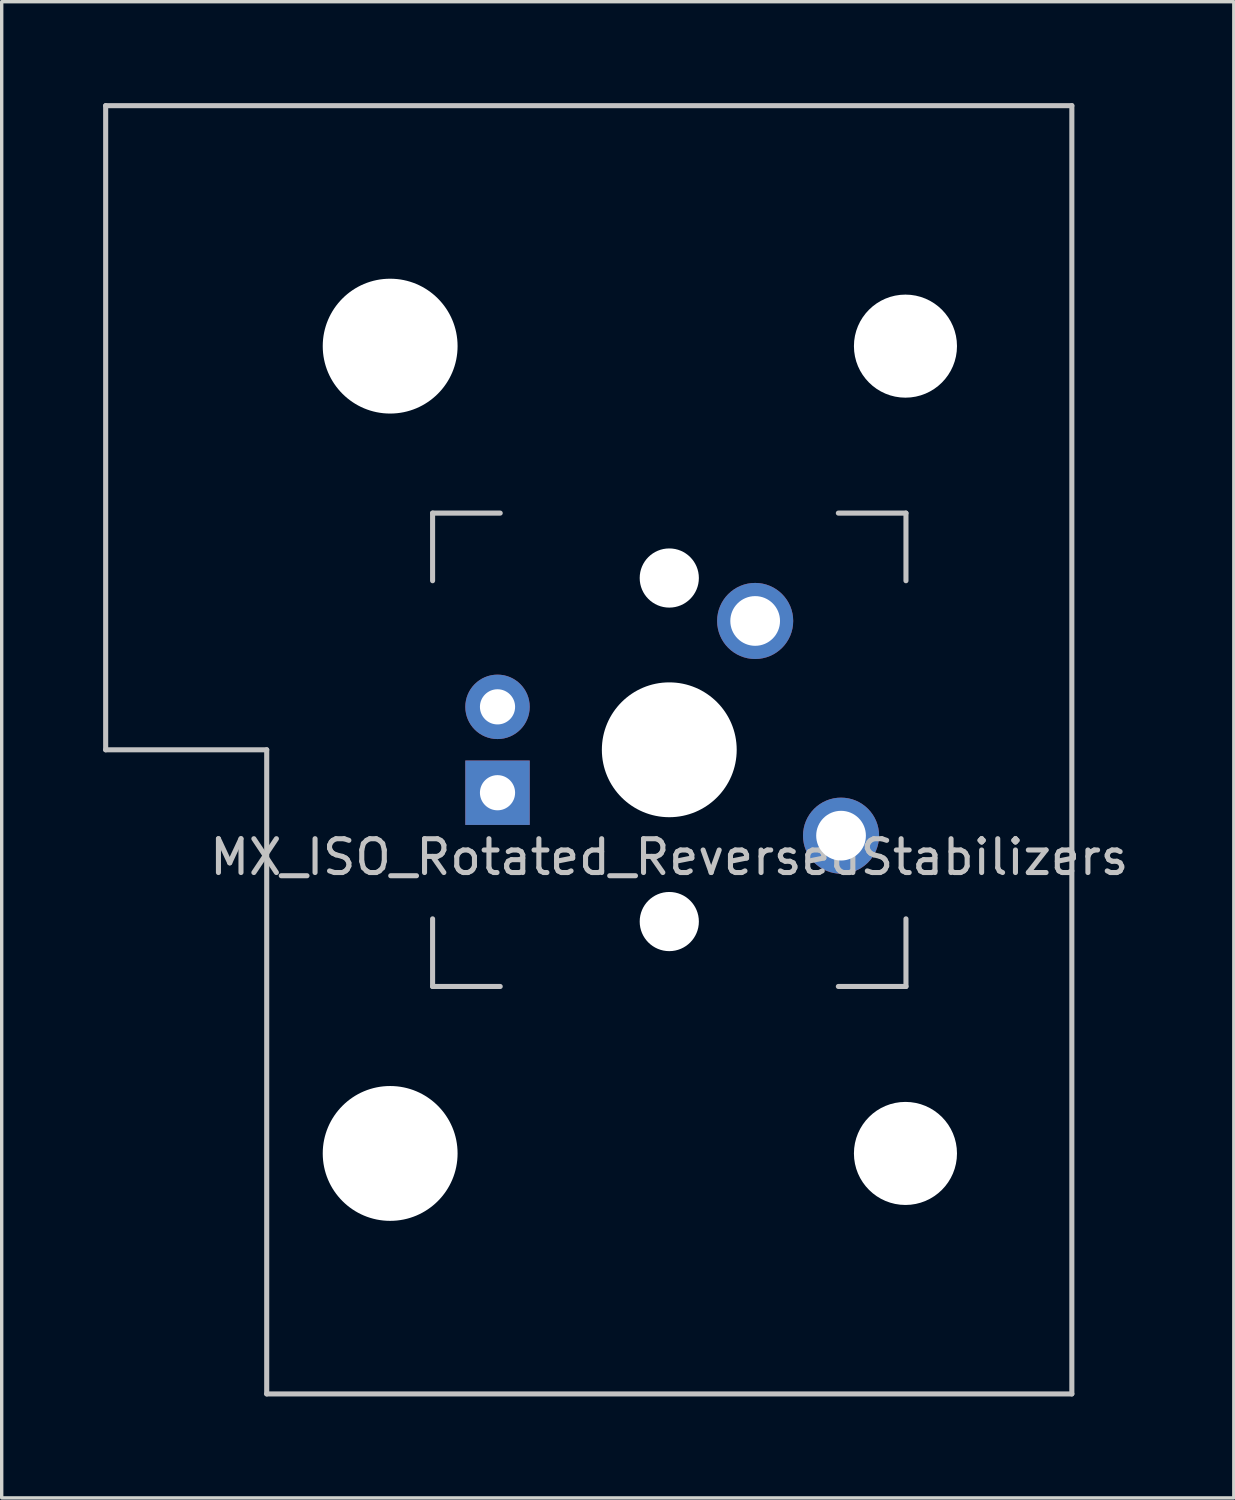
<source format=kicad_pcb>
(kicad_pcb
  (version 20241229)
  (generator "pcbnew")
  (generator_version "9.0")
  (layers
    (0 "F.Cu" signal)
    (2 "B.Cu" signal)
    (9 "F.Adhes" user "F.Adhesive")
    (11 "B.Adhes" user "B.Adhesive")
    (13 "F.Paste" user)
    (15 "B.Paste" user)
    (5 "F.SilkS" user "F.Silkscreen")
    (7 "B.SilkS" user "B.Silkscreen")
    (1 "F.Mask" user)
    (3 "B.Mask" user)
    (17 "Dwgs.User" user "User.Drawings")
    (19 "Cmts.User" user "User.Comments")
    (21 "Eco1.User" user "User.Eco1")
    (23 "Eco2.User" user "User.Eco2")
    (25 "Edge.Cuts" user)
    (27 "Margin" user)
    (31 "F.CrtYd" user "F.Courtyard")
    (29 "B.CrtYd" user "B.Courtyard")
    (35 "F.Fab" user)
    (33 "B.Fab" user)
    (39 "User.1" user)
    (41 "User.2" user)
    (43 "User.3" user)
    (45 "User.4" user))
  (footprint "MX_ISO_Rotated_ReversedStabilizers"
    (layer "F.Cu")
    (at 16.744 19.125)
    (property "Reference" "MX_ISO_Rotated_ReversedStabilizers" (at 0 3.175 0) (layer "Dwgs.User") (effects (font (size 1 1) (thickness 0.15))))
    (attr through_hole)
    (fp_line (start -16.669 -19.05) (end -16.669 0) (stroke (width 0.15) (type solid)) (layer "Dwgs.User"))
    (fp_line (start -16.669 -19.05) (end 11.906 -19.05) (stroke (width 0.15) (type solid)) (layer "Dwgs.User"))
    (fp_line (start -11.906 0) (end -16.669 0) (stroke (width 0.15) (type solid)) (layer "Dwgs.User"))
    (fp_line (start -11.906 19.05) (end -11.906 0) (stroke (width 0.15) (type solid)) (layer "Dwgs.User"))
    (fp_line (start -11.906 19.05) (end 11.906 19.05) (stroke (width 0.15) (type solid)) (layer "Dwgs.User"))
    (fp_line (start -7 -7) (end -7 -5) (stroke (width 0.15) (type solid)) (layer "Dwgs.User"))
    (fp_line (start -7 5) (end -7 7) (stroke (width 0.15) (type solid)) (layer "Dwgs.User"))
    (fp_line (start -7 7) (end -5 7) (stroke (width 0.15) (type solid)) (layer "Dwgs.User"))
    (fp_line (start -5 -7) (end -7 -7) (stroke (width 0.15) (type solid)) (layer "Dwgs.User"))
    (fp_line (start 5 -7) (end 7 -7) (stroke (width 0.15) (type solid)) (layer "Dwgs.User"))
    (fp_line (start 5 7) (end 7 7) (stroke (width 0.15) (type solid)) (layer "Dwgs.User"))
    (fp_line (start 7 -7) (end 7 -5) (stroke (width 0.15) (type solid)) (layer "Dwgs.User"))
    (fp_line (start 7 7) (end 7 5) (stroke (width 0.15) (type solid)) (layer "Dwgs.User"))
    (fp_line (start 11.906 -19.05) (end 11.906 19.05) (stroke (width 0.15) (type solid)) (layer "Dwgs.User"))
    (pad "" np_thru_hole circle (at -8.255 -11.938) (size 3.988 3.988) (drill 3.988) (layers "*.Cu" "*.Mask"))
    (pad "" np_thru_hole circle (at -8.255 11.938) (size 3.988 3.988) (drill 3.988) (layers "*.Cu" "*.Mask"))
    (pad "" np_thru_hole circle (at 0 -5.08 48.1) (size 1.75 1.75) (drill 1.75) (layers "*.Cu" "*.Mask"))
    (pad "" np_thru_hole circle (at 0 0) (size 3.988 3.988) (drill 3.988) (layers "*.Cu" "*.Mask"))
    (pad "" np_thru_hole circle (at 0 5.08 48.1) (size 1.75 1.75) (drill 1.75) (layers "*.Cu" "*.Mask"))
    (pad "" np_thru_hole circle (at 6.985 -11.938) (size 3.048 3.048) (drill 3.048) (layers "*.Cu" "*.Mask"))
    (pad "" np_thru_hole circle (at 6.985 11.938) (size 3.048 3.048) (drill 3.048) (layers "*.Cu" "*.Mask"))
    (pad "1" thru_hole circle (at 2.54 -3.81) (size 2.25 2.25) (drill 1.47) (layers "*.Cu" "B.Mask"))
    (pad "2" thru_hole circle (at 5.08 2.54) (size 2.25 2.25) (drill 1.47) (layers "*.Cu" "B.Mask"))
    (pad "3" thru_hole circle (at -5.08 -1.27) (size 1.905 1.905) (drill 1.04) (layers "*.Cu" "B.Mask"))
    (pad "4" thru_hole rect (at -5.08 1.27) (size 1.905 1.905) (drill 1.04) (layers "*.Cu" "B.Mask")))
  (gr_rect
    (start -3 -3)
    (end 33.44 41.25)
    (stroke (width 0.1) (type default))
    (fill no)
    (layer "Edge.Cuts")))
</source>
